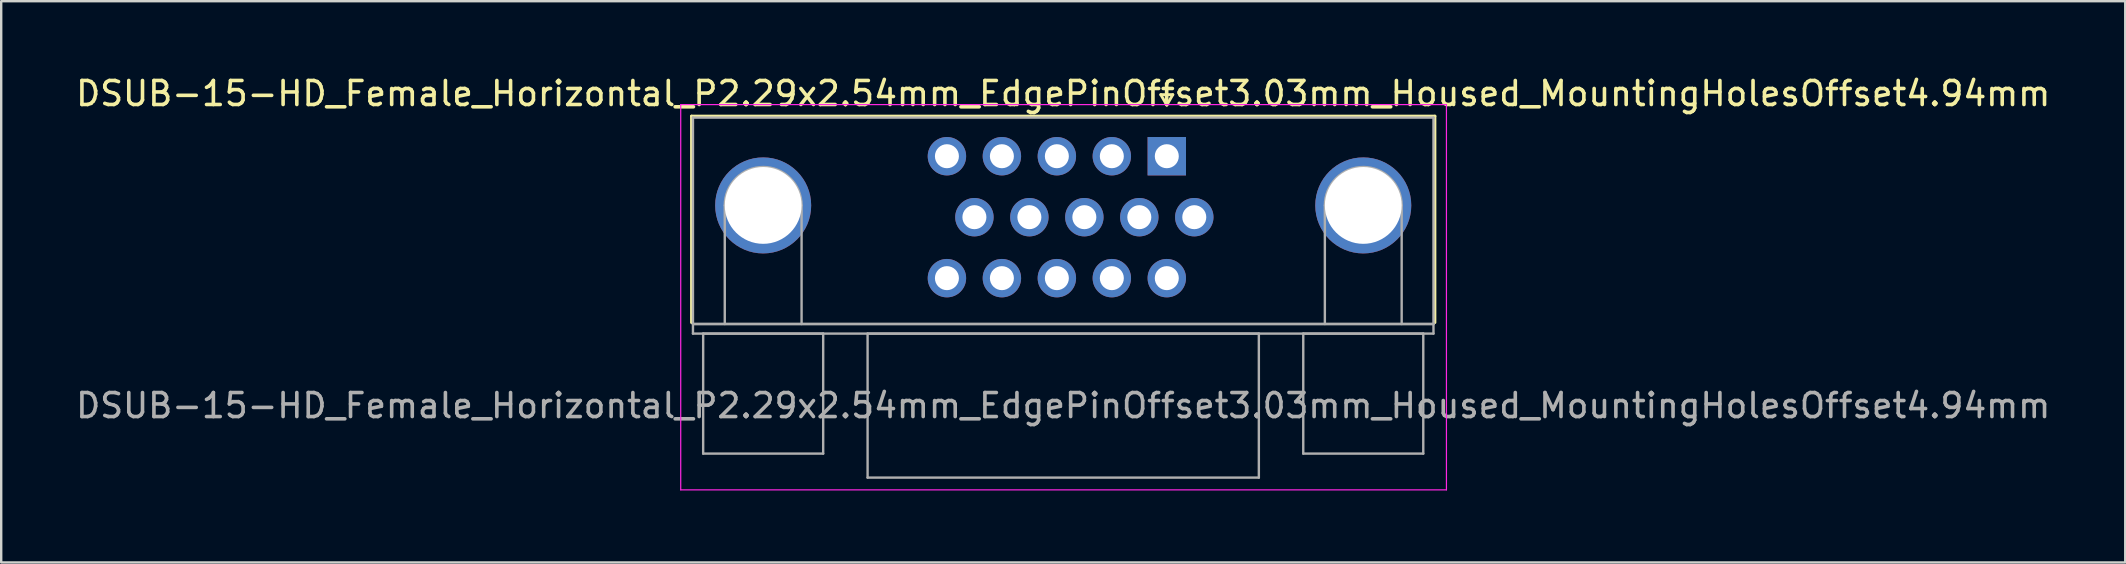
<source format=kicad_pcb>
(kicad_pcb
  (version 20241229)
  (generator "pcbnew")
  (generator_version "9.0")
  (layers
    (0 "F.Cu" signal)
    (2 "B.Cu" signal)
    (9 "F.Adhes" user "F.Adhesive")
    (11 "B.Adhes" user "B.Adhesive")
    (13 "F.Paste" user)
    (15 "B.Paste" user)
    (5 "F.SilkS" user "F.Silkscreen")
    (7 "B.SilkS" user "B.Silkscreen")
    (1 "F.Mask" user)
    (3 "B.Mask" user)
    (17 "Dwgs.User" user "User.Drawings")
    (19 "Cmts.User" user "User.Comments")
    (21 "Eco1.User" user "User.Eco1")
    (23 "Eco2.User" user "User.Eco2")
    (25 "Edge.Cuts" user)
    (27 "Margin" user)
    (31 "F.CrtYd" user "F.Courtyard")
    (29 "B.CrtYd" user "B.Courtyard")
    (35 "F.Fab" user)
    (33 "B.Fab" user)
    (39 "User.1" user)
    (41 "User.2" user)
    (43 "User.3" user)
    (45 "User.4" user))
  (footprint "DSUB-15-HD_Female_Horizontal_P2.29x2.54mm_EdgePinOffset3.03mm_Housed_MountingHolesOffset4.94mm"
    (layer "F.Cu")
    (at 45.559 3.458)
    (property "Reference" "DSUB-15-HD_Female_Horizontal_P2.29x2.54mm_EdgePinOffset3.03mm_Housed_MountingHolesOffset4.94mm" (at -4.315 -2.61 0) (layer "F.SilkS") (effects (font (size 1 1) (thickness 0.15))))
    (attr through_hole)
    (fp_line (start -19.8 -1.67) (end 11.17 -1.67) (stroke (width 0.12) (type solid)) (layer "F.SilkS"))
    (fp_line (start -19.8 6.93) (end -19.8 -1.67) (stroke (width 0.12) (type solid)) (layer "F.SilkS"))
    (fp_line (start -0.25 -2.564) (end 0.25 -2.564) (stroke (width 0.12) (type solid)) (layer "F.SilkS"))
    (fp_line (start 0 -2.131) (end -0.25 -2.564) (stroke (width 0.12) (type solid)) (layer "F.SilkS"))
    (fp_line (start 0.25 -2.564) (end 0 -2.131) (stroke (width 0.12) (type solid)) (layer "F.SilkS"))
    (fp_line (start 11.17 -1.67) (end 11.17 6.93) (stroke (width 0.12) (type solid)) (layer "F.SilkS"))
    (fp_line (start -20.25 -2.15) (end -20.25 13.9) (stroke (width 0.05) (type solid)) (layer "F.CrtYd"))
    (fp_line (start -20.25 13.9) (end 11.65 13.9) (stroke (width 0.05) (type solid)) (layer "F.CrtYd"))
    (fp_line (start 11.65 -2.15) (end -20.25 -2.15) (stroke (width 0.05) (type solid)) (layer "F.CrtYd"))
    (fp_line (start 11.65 13.9) (end 11.65 -2.15) (stroke (width 0.05) (type solid)) (layer "F.CrtYd"))
    (fp_line (start -19.74 -1.61) (end -19.74 6.99) (stroke (width 0.1) (type solid)) (layer "F.Fab"))
    (fp_line (start -19.74 6.99) (end -19.74 7.39) (stroke (width 0.1) (type solid)) (layer "F.Fab"))
    (fp_line (start -19.74 6.99) (end 11.11 6.99) (stroke (width 0.1) (type solid)) (layer "F.Fab"))
    (fp_line (start -19.74 7.39) (end 11.11 7.39) (stroke (width 0.1) (type solid)) (layer "F.Fab"))
    (fp_line (start -19.315 7.39) (end -19.315 12.39) (stroke (width 0.1) (type solid)) (layer "F.Fab"))
    (fp_line (start -19.315 12.39) (end -14.315 12.39) (stroke (width 0.1) (type solid)) (layer "F.Fab"))
    (fp_line (start -18.415 6.99) (end -18.415 2.05) (stroke (width 0.1) (type solid)) (layer "F.Fab"))
    (fp_line (start -15.215 6.99) (end -15.215 2.05) (stroke (width 0.1) (type solid)) (layer "F.Fab"))
    (fp_line (start -14.315 7.39) (end -19.315 7.39) (stroke (width 0.1) (type solid)) (layer "F.Fab"))
    (fp_line (start -14.315 12.39) (end -14.315 7.39) (stroke (width 0.1) (type solid)) (layer "F.Fab"))
    (fp_line (start -12.465 7.39) (end -12.465 13.39) (stroke (width 0.1) (type solid)) (layer "F.Fab"))
    (fp_line (start -12.465 13.39) (end 3.835 13.39) (stroke (width 0.1) (type solid)) (layer "F.Fab"))
    (fp_line (start 3.835 7.39) (end -12.465 7.39) (stroke (width 0.1) (type solid)) (layer "F.Fab"))
    (fp_line (start 3.835 13.39) (end 3.835 7.39) (stroke (width 0.1) (type solid)) (layer "F.Fab"))
    (fp_line (start 5.685 7.39) (end 5.685 12.39) (stroke (width 0.1) (type solid)) (layer "F.Fab"))
    (fp_line (start 5.685 12.39) (end 10.685 12.39) (stroke (width 0.1) (type solid)) (layer "F.Fab"))
    (fp_line (start 6.585 6.99) (end 6.585 2.05) (stroke (width 0.1) (type solid)) (layer "F.Fab"))
    (fp_line (start 9.785 6.99) (end 9.785 2.05) (stroke (width 0.1) (type solid)) (layer "F.Fab"))
    (fp_line (start 10.685 7.39) (end 5.685 7.39) (stroke (width 0.1) (type solid)) (layer "F.Fab"))
    (fp_line (start 10.685 12.39) (end 10.685 7.39) (stroke (width 0.1) (type solid)) (layer "F.Fab"))
    (fp_line (start 11.11 -1.61) (end -19.74 -1.61) (stroke (width 0.1) (type solid)) (layer "F.Fab"))
    (fp_line (start 11.11 6.99) (end -19.74 6.99) (stroke (width 0.1) (type solid)) (layer "F.Fab"))
    (fp_line (start 11.11 6.99) (end 11.11 -1.61) (stroke (width 0.1) (type solid)) (layer "F.Fab"))
    (fp_line (start 11.11 7.39) (end 11.11 6.99) (stroke (width 0.1) (type solid)) (layer "F.Fab"))
    (fp_arc (start -18.415 2.05) (mid -16.815 0.45) (end -15.215 2.05) (stroke (width 0.1) (type solid)) (layer "F.Fab"))
    (fp_arc (start 6.585 2.05) (mid 8.185 0.45) (end 9.785 2.05) (stroke (width 0.1) (type solid)) (layer "F.Fab"))
    (fp_text user "${REFERENCE}" (at -4.315 10.39 0) (layer "F.Fab") (effects (font (size 1 1) (thickness 0.15))))
    (pad "0" thru_hole circle (at -16.815 2.05) (size 4 4) (drill 3.2) (layers "*.Cu" "*.Mask"))
    (pad "0" thru_hole circle (at 8.185 2.05) (size 4 4) (drill 3.2) (layers "*.Cu" "*.Mask"))
    (pad "1" thru_hole rect (at 0 0) (size 1.6 1.6) (drill 1) (layers "*.Cu" "*.Mask"))
    (pad "2" thru_hole circle (at -2.29 0) (size 1.6 1.6) (drill 1) (layers "*.Cu" "*.Mask"))
    (pad "3" thru_hole circle (at -4.58 0) (size 1.6 1.6) (drill 1) (layers "*.Cu" "*.Mask"))
    (pad "4" thru_hole circle (at -6.87 0) (size 1.6 1.6) (drill 1) (layers "*.Cu" "*.Mask"))
    (pad "5" thru_hole circle (at -9.16 0) (size 1.6 1.6) (drill 1) (layers "*.Cu" "*.Mask"))
    (pad "6" thru_hole circle (at 1.145 2.54) (size 1.6 1.6) (drill 1) (layers "*.Cu" "*.Mask"))
    (pad "7" thru_hole circle (at -1.145 2.54) (size 1.6 1.6) (drill 1) (layers "*.Cu" "*.Mask"))
    (pad "8" thru_hole circle (at -3.435 2.54) (size 1.6 1.6) (drill 1) (layers "*.Cu" "*.Mask"))
    (pad "9" thru_hole circle (at -5.725 2.54) (size 1.6 1.6) (drill 1) (layers "*.Cu" "*.Mask"))
    (pad "10" thru_hole circle (at -8.015 2.54) (size 1.6 1.6) (drill 1) (layers "*.Cu" "*.Mask"))
    (pad "11" thru_hole circle (at 0 5.08) (size 1.6 1.6) (drill 1) (layers "*.Cu" "*.Mask"))
    (pad "12" thru_hole circle (at -2.29 5.08) (size 1.6 1.6) (drill 1) (layers "*.Cu" "*.Mask"))
    (pad "13" thru_hole circle (at -4.58 5.08) (size 1.6 1.6) (drill 1) (layers "*.Cu" "*.Mask"))
    (pad "14" thru_hole circle (at -6.87 5.08) (size 1.6 1.6) (drill 1) (layers "*.Cu" "*.Mask"))
    (pad "15" thru_hole circle (at -9.16 5.08) (size 1.6 1.6) (drill 1) (layers "*.Cu" "*.Mask")))
  (gr_rect
    (start -3 -3)
    (end 85.488 20.383)
    (stroke (width 0.1) (type default))
    (fill no)
    (layer "Edge.Cuts")))
</source>
